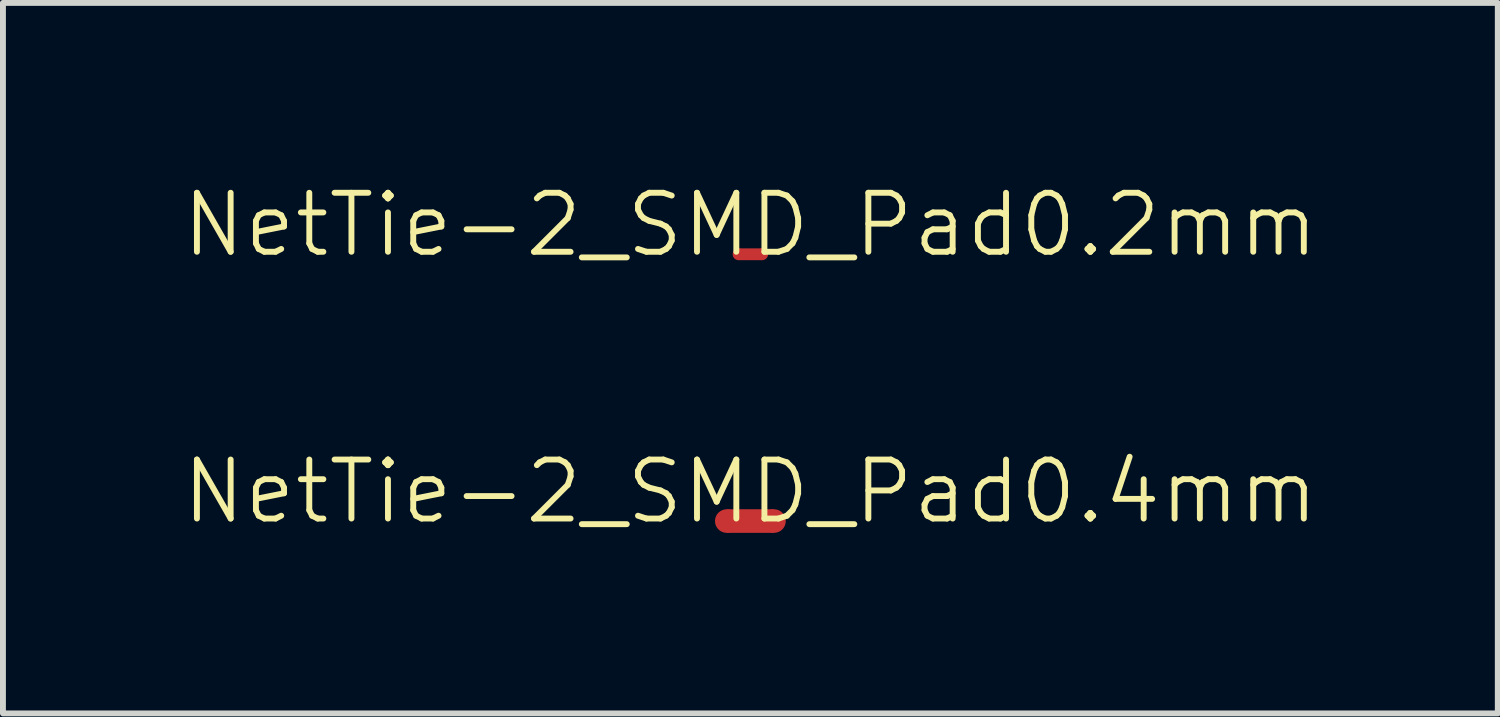
<source format=kicad_pcb>
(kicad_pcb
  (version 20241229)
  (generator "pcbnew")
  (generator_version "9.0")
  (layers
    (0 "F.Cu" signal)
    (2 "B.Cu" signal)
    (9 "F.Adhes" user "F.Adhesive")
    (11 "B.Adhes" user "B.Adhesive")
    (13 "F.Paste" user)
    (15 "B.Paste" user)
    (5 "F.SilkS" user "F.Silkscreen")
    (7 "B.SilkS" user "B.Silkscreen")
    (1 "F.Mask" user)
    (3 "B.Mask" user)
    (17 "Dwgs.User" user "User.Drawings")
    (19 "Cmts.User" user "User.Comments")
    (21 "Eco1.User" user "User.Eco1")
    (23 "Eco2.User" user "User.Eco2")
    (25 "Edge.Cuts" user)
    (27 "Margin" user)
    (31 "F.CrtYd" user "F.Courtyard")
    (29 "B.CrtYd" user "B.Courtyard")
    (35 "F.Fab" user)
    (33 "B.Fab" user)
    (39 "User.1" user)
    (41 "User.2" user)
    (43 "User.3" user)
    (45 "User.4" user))
  (footprint "NetTie-2_SMD_Pad0.2mm"
    (layer "F.Cu")
    (at 9.669 1.26)
    (property "Reference" "NetTie-2_SMD_Pad0.2mm" (at 0 -0.5 0) (unlocked yes) (layer "F.SilkS") (effects (font (size 1 1) (thickness 0.1))))
    (attr smd exclude_from_pos_files exclude_from_bom allow_missing_courtyard)
    (pad "1" smd circle (at -0.2 0) (size 0.2 0.2) (layers "F.Cu"))
    (pad "1" smd rect (at 0 0 270) (size 0.2 0.4) (layers "F.Cu"))
    (pad "2" smd circle (at 0.2 0) (size 0.2 0.2) (layers "F.Cu")))
  (footprint "NetTie-2_SMD_Pad0.4mm"
    (layer "F.Cu")
    (at 9.669 5.782)
    (property "Reference" "NetTie-2_SMD_Pad0.4mm" (at 0 -0.5 0) (unlocked yes) (layer "F.SilkS") (effects (font (size 1 1) (thickness 0.1))))
    (attr smd)
    (pad "1" smd circle (at -0.4 0) (size 0.4 0.4) (layers "F.Cu"))
    (pad "1" smd rect (at 0 0 270) (size 0.4 0.8) (layers "F.Cu"))
    (pad "2" smd circle (at 0.4 0) (size 0.4 0.4) (layers "F.Cu")))
  (gr_rect
    (start -3 -3)
    (end 22.338 9.042)
    (stroke (width 0.1) (type default))
    (fill no)
    (layer "Edge.Cuts")))
</source>
